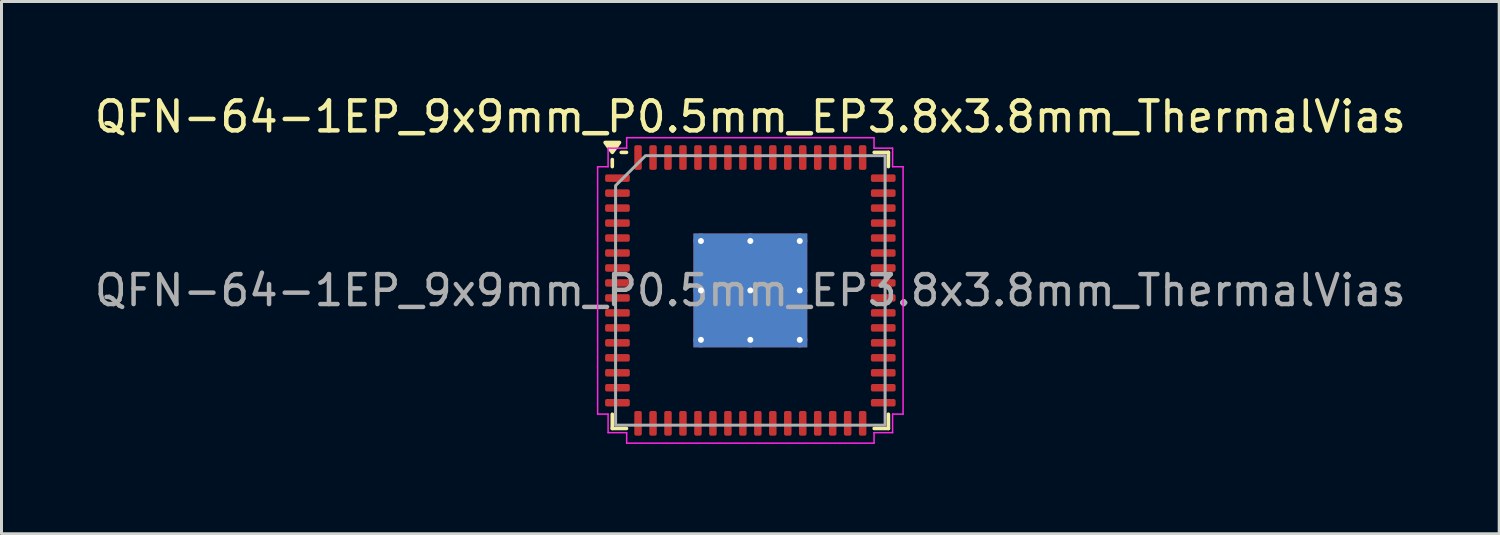
<source format=kicad_pcb>
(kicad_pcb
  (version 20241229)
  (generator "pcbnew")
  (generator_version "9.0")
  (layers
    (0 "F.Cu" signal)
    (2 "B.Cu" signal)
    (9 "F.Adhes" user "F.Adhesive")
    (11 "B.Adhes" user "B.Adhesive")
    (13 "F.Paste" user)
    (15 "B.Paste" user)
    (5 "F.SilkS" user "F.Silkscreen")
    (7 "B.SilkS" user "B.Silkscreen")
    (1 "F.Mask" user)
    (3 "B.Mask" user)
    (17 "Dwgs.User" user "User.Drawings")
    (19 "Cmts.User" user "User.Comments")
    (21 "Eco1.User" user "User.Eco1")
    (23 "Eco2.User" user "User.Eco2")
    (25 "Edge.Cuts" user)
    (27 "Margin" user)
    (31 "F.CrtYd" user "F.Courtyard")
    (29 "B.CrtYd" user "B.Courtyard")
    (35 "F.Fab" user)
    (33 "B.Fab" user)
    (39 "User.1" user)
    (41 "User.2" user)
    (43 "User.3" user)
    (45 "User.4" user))
  (footprint "QFN-64-1EP_9x9mm_P0.5mm_EP3.8x3.8mm_ThermalVias"
    (layer "F.Cu")
    (at 22.006 6.648)
    (property "Reference" "QFN-64-1EP_9x9mm_P0.5mm_EP3.8x3.8mm_ThermalVias" (at 0 -5.8 0) (layer "F.SilkS") (effects (font (size 1 1) (thickness 0.15))))
    (attr smd)
    (fp_line (start -4.61 -4.135) (end -4.61 -4.37) (stroke (width 0.12) (type solid)) (layer "F.SilkS"))
    (fp_line (start -4.61 4.61) (end -4.61 4.135) (stroke (width 0.12) (type solid)) (layer "F.SilkS"))
    (fp_line (start -4.135 -4.61) (end -4.31 -4.61) (stroke (width 0.12) (type solid)) (layer "F.SilkS"))
    (fp_line (start -4.135 4.61) (end -4.61 4.61) (stroke (width 0.12) (type solid)) (layer "F.SilkS"))
    (fp_line (start 4.135 -4.61) (end 4.61 -4.61) (stroke (width 0.12) (type solid)) (layer "F.SilkS"))
    (fp_line (start 4.135 4.61) (end 4.61 4.61) (stroke (width 0.12) (type solid)) (layer "F.SilkS"))
    (fp_line (start 4.61 -4.61) (end 4.61 -4.135) (stroke (width 0.12) (type solid)) (layer "F.SilkS"))
    (fp_line (start 4.61 4.61) (end 4.61 4.135) (stroke (width 0.12) (type solid)) (layer "F.SilkS"))
    (fp_poly (pts (xy -4.61 -4.61) (xy -4.85 -4.94) (xy -4.37 -4.94)) (stroke (width 0.12) (type solid)) (fill yes) (layer "F.SilkS"))
    (fp_line (start -5.1 -4.13) (end -4.75 -4.13) (stroke (width 0.05) (type solid)) (layer "F.CrtYd"))
    (fp_line (start -5.1 4.13) (end -5.1 -4.13) (stroke (width 0.05) (type solid)) (layer "F.CrtYd"))
    (fp_line (start -4.75 -4.75) (end -4.13 -4.75) (stroke (width 0.05) (type solid)) (layer "F.CrtYd"))
    (fp_line (start -4.75 -4.13) (end -4.75 -4.75) (stroke (width 0.05) (type solid)) (layer "F.CrtYd"))
    (fp_line (start -4.75 4.13) (end -5.1 4.13) (stroke (width 0.05) (type solid)) (layer "F.CrtYd"))
    (fp_line (start -4.75 4.75) (end -4.75 4.13) (stroke (width 0.05) (type solid)) (layer "F.CrtYd"))
    (fp_line (start -4.13 -5.1) (end 4.13 -5.1) (stroke (width 0.05) (type solid)) (layer "F.CrtYd"))
    (fp_line (start -4.13 -4.75) (end -4.13 -5.1) (stroke (width 0.05) (type solid)) (layer "F.CrtYd"))
    (fp_line (start -4.13 4.75) (end -4.75 4.75) (stroke (width 0.05) (type solid)) (layer "F.CrtYd"))
    (fp_line (start -4.13 5.1) (end -4.13 4.75) (stroke (width 0.05) (type solid)) (layer "F.CrtYd"))
    (fp_line (start 4.13 -5.1) (end 4.13 -4.75) (stroke (width 0.05) (type solid)) (layer "F.CrtYd"))
    (fp_line (start 4.13 -4.75) (end 4.75 -4.75) (stroke (width 0.05) (type solid)) (layer "F.CrtYd"))
    (fp_line (start 4.13 4.75) (end 4.13 5.1) (stroke (width 0.05) (type solid)) (layer "F.CrtYd"))
    (fp_line (start 4.13 5.1) (end -4.13 5.1) (stroke (width 0.05) (type solid)) (layer "F.CrtYd"))
    (fp_line (start 4.75 -4.75) (end 4.75 -4.13) (stroke (width 0.05) (type solid)) (layer "F.CrtYd"))
    (fp_line (start 4.75 -4.13) (end 5.1 -4.13) (stroke (width 0.05) (type solid)) (layer "F.CrtYd"))
    (fp_line (start 4.75 4.13) (end 4.75 4.75) (stroke (width 0.05) (type solid)) (layer "F.CrtYd"))
    (fp_line (start 4.75 4.75) (end 4.13 4.75) (stroke (width 0.05) (type solid)) (layer "F.CrtYd"))
    (fp_line (start 5.1 -4.13) (end 5.1 4.13) (stroke (width 0.05) (type solid)) (layer "F.CrtYd"))
    (fp_line (start 5.1 4.13) (end 4.75 4.13) (stroke (width 0.05) (type solid)) (layer "F.CrtYd"))
    (fp_poly (pts (xy -4.5 -3.5) (xy -4.5 4.5) (xy 4.5 4.5) (xy 4.5 -4.5) (xy -3.5 -4.5)) (stroke (width 0.1) (type solid)) (fill no) (layer "F.Fab"))
    (fp_text user "${REFERENCE}" (at 0 0 0) (layer "F.Fab") (effects (font (size 1 1) (thickness 0.15))))
    (pad "" smd roundrect (at -1.27 -1.27) (size 1.02 1.02) (layers "F.Paste") (roundrect_rratio 0.245))
    (pad "" smd roundrect (at -1.27 0) (size 1.02 1.02) (layers "F.Paste") (roundrect_rratio 0.245))
    (pad "" smd roundrect (at -1.27 1.27) (size 1.02 1.02) (layers "F.Paste") (roundrect_rratio 0.245))
    (pad "" smd roundrect (at 0 -1.27) (size 1.02 1.02) (layers "F.Paste") (roundrect_rratio 0.245))
    (pad "" smd roundrect (at 0 0) (size 1.02 1.02) (layers "F.Paste") (roundrect_rratio 0.245))
    (pad "" smd roundrect (at 0 1.27) (size 1.02 1.02) (layers "F.Paste") (roundrect_rratio 0.245))
    (pad "" smd roundrect (at 1.27 -1.27) (size 1.02 1.02) (layers "F.Paste") (roundrect_rratio 0.245))
    (pad "" smd roundrect (at 1.27 0) (size 1.02 1.02) (layers "F.Paste") (roundrect_rratio 0.245))
    (pad "" smd roundrect (at 1.27 1.27) (size 1.02 1.02) (layers "F.Paste") (roundrect_rratio 0.245))
    (pad "1" smd roundrect (at -4.438 -3.75) (size 0.825 0.25) (layers "F.Cu" "F.Mask" "F.Paste") (roundrect_rratio 0.25))
    (pad "2" smd roundrect (at -4.438 -3.25) (size 0.825 0.25) (layers "F.Cu" "F.Mask" "F.Paste") (roundrect_rratio 0.25))
    (pad "3" smd roundrect (at -4.438 -2.75) (size 0.825 0.25) (layers "F.Cu" "F.Mask" "F.Paste") (roundrect_rratio 0.25))
    (pad "4" smd roundrect (at -4.438 -2.25) (size 0.825 0.25) (layers "F.Cu" "F.Mask" "F.Paste") (roundrect_rratio 0.25))
    (pad "5" smd roundrect (at -4.438 -1.75) (size 0.825 0.25) (layers "F.Cu" "F.Mask" "F.Paste") (roundrect_rratio 0.25))
    (pad "6" smd roundrect (at -4.438 -1.25) (size 0.825 0.25) (layers "F.Cu" "F.Mask" "F.Paste") (roundrect_rratio 0.25))
    (pad "7" smd roundrect (at -4.438 -0.75) (size 0.825 0.25) (layers "F.Cu" "F.Mask" "F.Paste") (roundrect_rratio 0.25))
    (pad "8" smd roundrect (at -4.438 -0.25) (size 0.825 0.25) (layers "F.Cu" "F.Mask" "F.Paste") (roundrect_rratio 0.25))
    (pad "9" smd roundrect (at -4.438 0.25) (size 0.825 0.25) (layers "F.Cu" "F.Mask" "F.Paste") (roundrect_rratio 0.25))
    (pad "10" smd roundrect (at -4.438 0.75) (size 0.825 0.25) (layers "F.Cu" "F.Mask" "F.Paste") (roundrect_rratio 0.25))
    (pad "11" smd roundrect (at -4.438 1.25) (size 0.825 0.25) (layers "F.Cu" "F.Mask" "F.Paste") (roundrect_rratio 0.25))
    (pad "12" smd roundrect (at -4.438 1.75) (size 0.825 0.25) (layers "F.Cu" "F.Mask" "F.Paste") (roundrect_rratio 0.25))
    (pad "13" smd roundrect (at -4.438 2.25) (size 0.825 0.25) (layers "F.Cu" "F.Mask" "F.Paste") (roundrect_rratio 0.25))
    (pad "14" smd roundrect (at -4.438 2.75) (size 0.825 0.25) (layers "F.Cu" "F.Mask" "F.Paste") (roundrect_rratio 0.25))
    (pad "15" smd roundrect (at -4.438 3.25) (size 0.825 0.25) (layers "F.Cu" "F.Mask" "F.Paste") (roundrect_rratio 0.25))
    (pad "16" smd roundrect (at -4.438 3.75) (size 0.825 0.25) (layers "F.Cu" "F.Mask" "F.Paste") (roundrect_rratio 0.25))
    (pad "17" smd roundrect (at -3.75 4.438) (size 0.25 0.825) (layers "F.Cu" "F.Mask" "F.Paste") (roundrect_rratio 0.25))
    (pad "18" smd roundrect (at -3.25 4.438) (size 0.25 0.825) (layers "F.Cu" "F.Mask" "F.Paste") (roundrect_rratio 0.25))
    (pad "19" smd roundrect (at -2.75 4.438) (size 0.25 0.825) (layers "F.Cu" "F.Mask" "F.Paste") (roundrect_rratio 0.25))
    (pad "20" smd roundrect (at -2.25 4.438) (size 0.25 0.825) (layers "F.Cu" "F.Mask" "F.Paste") (roundrect_rratio 0.25))
    (pad "21" smd roundrect (at -1.75 4.438) (size 0.25 0.825) (layers "F.Cu" "F.Mask" "F.Paste") (roundrect_rratio 0.25))
    (pad "22" smd roundrect (at -1.25 4.438) (size 0.25 0.825) (layers "F.Cu" "F.Mask" "F.Paste") (roundrect_rratio 0.25))
    (pad "23" smd roundrect (at -0.75 4.438) (size 0.25 0.825) (layers "F.Cu" "F.Mask" "F.Paste") (roundrect_rratio 0.25))
    (pad "24" smd roundrect (at -0.25 4.438) (size 0.25 0.825) (layers "F.Cu" "F.Mask" "F.Paste") (roundrect_rratio 0.25))
    (pad "25" smd roundrect (at 0.25 4.438) (size 0.25 0.825) (layers "F.Cu" "F.Mask" "F.Paste") (roundrect_rratio 0.25))
    (pad "26" smd roundrect (at 0.75 4.438) (size 0.25 0.825) (layers "F.Cu" "F.Mask" "F.Paste") (roundrect_rratio 0.25))
    (pad "27" smd roundrect (at 1.25 4.438) (size 0.25 0.825) (layers "F.Cu" "F.Mask" "F.Paste") (roundrect_rratio 0.25))
    (pad "28" smd roundrect (at 1.75 4.438) (size 0.25 0.825) (layers "F.Cu" "F.Mask" "F.Paste") (roundrect_rratio 0.25))
    (pad "29" smd roundrect (at 2.25 4.438) (size 0.25 0.825) (layers "F.Cu" "F.Mask" "F.Paste") (roundrect_rratio 0.25))
    (pad "30" smd roundrect (at 2.75 4.438) (size 0.25 0.825) (layers "F.Cu" "F.Mask" "F.Paste") (roundrect_rratio 0.25))
    (pad "31" smd roundrect (at 3.25 4.438) (size 0.25 0.825) (layers "F.Cu" "F.Mask" "F.Paste") (roundrect_rratio 0.25))
    (pad "32" smd roundrect (at 3.75 4.438) (size 0.25 0.825) (layers "F.Cu" "F.Mask" "F.Paste") (roundrect_rratio 0.25))
    (pad "33" smd roundrect (at 4.438 3.75) (size 0.825 0.25) (layers "F.Cu" "F.Mask" "F.Paste") (roundrect_rratio 0.25))
    (pad "34" smd roundrect (at 4.438 3.25) (size 0.825 0.25) (layers "F.Cu" "F.Mask" "F.Paste") (roundrect_rratio 0.25))
    (pad "35" smd roundrect (at 4.438 2.75) (size 0.825 0.25) (layers "F.Cu" "F.Mask" "F.Paste") (roundrect_rratio 0.25))
    (pad "36" smd roundrect (at 4.438 2.25) (size 0.825 0.25) (layers "F.Cu" "F.Mask" "F.Paste") (roundrect_rratio 0.25))
    (pad "37" smd roundrect (at 4.438 1.75) (size 0.825 0.25) (layers "F.Cu" "F.Mask" "F.Paste") (roundrect_rratio 0.25))
    (pad "38" smd roundrect (at 4.438 1.25) (size 0.825 0.25) (layers "F.Cu" "F.Mask" "F.Paste") (roundrect_rratio 0.25))
    (pad "39" smd roundrect (at 4.438 0.75) (size 0.825 0.25) (layers "F.Cu" "F.Mask" "F.Paste") (roundrect_rratio 0.25))
    (pad "40" smd roundrect (at 4.438 0.25) (size 0.825 0.25) (layers "F.Cu" "F.Mask" "F.Paste") (roundrect_rratio 0.25))
    (pad "41" smd roundrect (at 4.438 -0.25) (size 0.825 0.25) (layers "F.Cu" "F.Mask" "F.Paste") (roundrect_rratio 0.25))
    (pad "42" smd roundrect (at 4.438 -0.75) (size 0.825 0.25) (layers "F.Cu" "F.Mask" "F.Paste") (roundrect_rratio 0.25))
    (pad "43" smd roundrect (at 4.438 -1.25) (size 0.825 0.25) (layers "F.Cu" "F.Mask" "F.Paste") (roundrect_rratio 0.25))
    (pad "44" smd roundrect (at 4.438 -1.75) (size 0.825 0.25) (layers "F.Cu" "F.Mask" "F.Paste") (roundrect_rratio 0.25))
    (pad "45" smd roundrect (at 4.438 -2.25) (size 0.825 0.25) (layers "F.Cu" "F.Mask" "F.Paste") (roundrect_rratio 0.25))
    (pad "46" smd roundrect (at 4.438 -2.75) (size 0.825 0.25) (layers "F.Cu" "F.Mask" "F.Paste") (roundrect_rratio 0.25))
    (pad "47" smd roundrect (at 4.438 -3.25) (size 0.825 0.25) (layers "F.Cu" "F.Mask" "F.Paste") (roundrect_rratio 0.25))
    (pad "48" smd roundrect (at 4.438 -3.75) (size 0.825 0.25) (layers "F.Cu" "F.Mask" "F.Paste") (roundrect_rratio 0.25))
    (pad "49" smd roundrect (at 3.75 -4.438) (size 0.25 0.825) (layers "F.Cu" "F.Mask" "F.Paste") (roundrect_rratio 0.25))
    (pad "50" smd roundrect (at 3.25 -4.438) (size 0.25 0.825) (layers "F.Cu" "F.Mask" "F.Paste") (roundrect_rratio 0.25))
    (pad "51" smd roundrect (at 2.75 -4.438) (size 0.25 0.825) (layers "F.Cu" "F.Mask" "F.Paste") (roundrect_rratio 0.25))
    (pad "52" smd roundrect (at 2.25 -4.438) (size 0.25 0.825) (layers "F.Cu" "F.Mask" "F.Paste") (roundrect_rratio 0.25))
    (pad "53" smd roundrect (at 1.75 -4.438) (size 0.25 0.825) (layers "F.Cu" "F.Mask" "F.Paste") (roundrect_rratio 0.25))
    (pad "54" smd roundrect (at 1.25 -4.438) (size 0.25 0.825) (layers "F.Cu" "F.Mask" "F.Paste") (roundrect_rratio 0.25))
    (pad "55" smd roundrect (at 0.75 -4.438) (size 0.25 0.825) (layers "F.Cu" "F.Mask" "F.Paste") (roundrect_rratio 0.25))
    (pad "56" smd roundrect (at 0.25 -4.438) (size 0.25 0.825) (layers "F.Cu" "F.Mask" "F.Paste") (roundrect_rratio 0.25))
    (pad "57" smd roundrect (at -0.25 -4.438) (size 0.25 0.825) (layers "F.Cu" "F.Mask" "F.Paste") (roundrect_rratio 0.25))
    (pad "58" smd roundrect (at -0.75 -4.438) (size 0.25 0.825) (layers "F.Cu" "F.Mask" "F.Paste") (roundrect_rratio 0.25))
    (pad "59" smd roundrect (at -1.25 -4.438) (size 0.25 0.825) (layers "F.Cu" "F.Mask" "F.Paste") (roundrect_rratio 0.25))
    (pad "60" smd roundrect (at -1.75 -4.438) (size 0.25 0.825) (layers "F.Cu" "F.Mask" "F.Paste") (roundrect_rratio 0.25))
    (pad "61" smd roundrect (at -2.25 -4.438) (size 0.25 0.825) (layers "F.Cu" "F.Mask" "F.Paste") (roundrect_rratio 0.25))
    (pad "62" smd roundrect (at -2.75 -4.438) (size 0.25 0.825) (layers "F.Cu" "F.Mask" "F.Paste") (roundrect_rratio 0.25))
    (pad "63" smd roundrect (at -3.25 -4.438) (size 0.25 0.825) (layers "F.Cu" "F.Mask" "F.Paste") (roundrect_rratio 0.25))
    (pad "64" smd roundrect (at -3.75 -4.438) (size 0.25 0.825) (layers "F.Cu" "F.Mask" "F.Paste") (roundrect_rratio 0.25))
    (pad "65" thru_hole circle (at -1.65 -1.65) (size 0.5 0.5) (drill 0.2) (property pad_prop_heatsink) (layers "*.Cu"))
    (pad "65" thru_hole circle (at -1.65 0) (size 0.5 0.5) (drill 0.2) (property pad_prop_heatsink) (layers "*.Cu"))
    (pad "65" thru_hole circle (at -1.65 1.65) (size 0.5 0.5) (drill 0.2) (property pad_prop_heatsink) (layers "*.Cu"))
    (pad "65" thru_hole circle (at 0 -1.65) (size 0.5 0.5) (drill 0.2) (property pad_prop_heatsink) (layers "*.Cu"))
    (pad "65" thru_hole circle (at 0 0) (size 0.5 0.5) (drill 0.2) (property pad_prop_heatsink) (layers "*.Cu"))
    (pad "65" smd rect (at 0 0) (size 3.8 3.8) (property pad_prop_heatsink) (layers "F.Cu" "F.Mask"))
    (pad "65" smd rect (at 0 0) (size 3.8 3.8) (property pad_prop_heatsink) (layers "B.Cu"))
    (pad "65" thru_hole circle (at 0 1.65) (size 0.5 0.5) (drill 0.2) (property pad_prop_heatsink) (layers "*.Cu"))
    (pad "65" thru_hole circle (at 1.65 -1.65) (size 0.5 0.5) (drill 0.2) (property pad_prop_heatsink) (layers "*.Cu"))
    (pad "65" thru_hole circle (at 1.65 0) (size 0.5 0.5) (drill 0.2) (property pad_prop_heatsink) (layers "*.Cu"))
    (pad "65" thru_hole circle (at 1.65 1.65) (size 0.5 0.5) (drill 0.2) (property pad_prop_heatsink) (layers "*.Cu")))
  (gr_rect
    (start -3 -3)
    (end 47.012 14.773)
    (stroke (width 0.1) (type default))
    (fill no)
    (layer "Edge.Cuts")))
</source>
